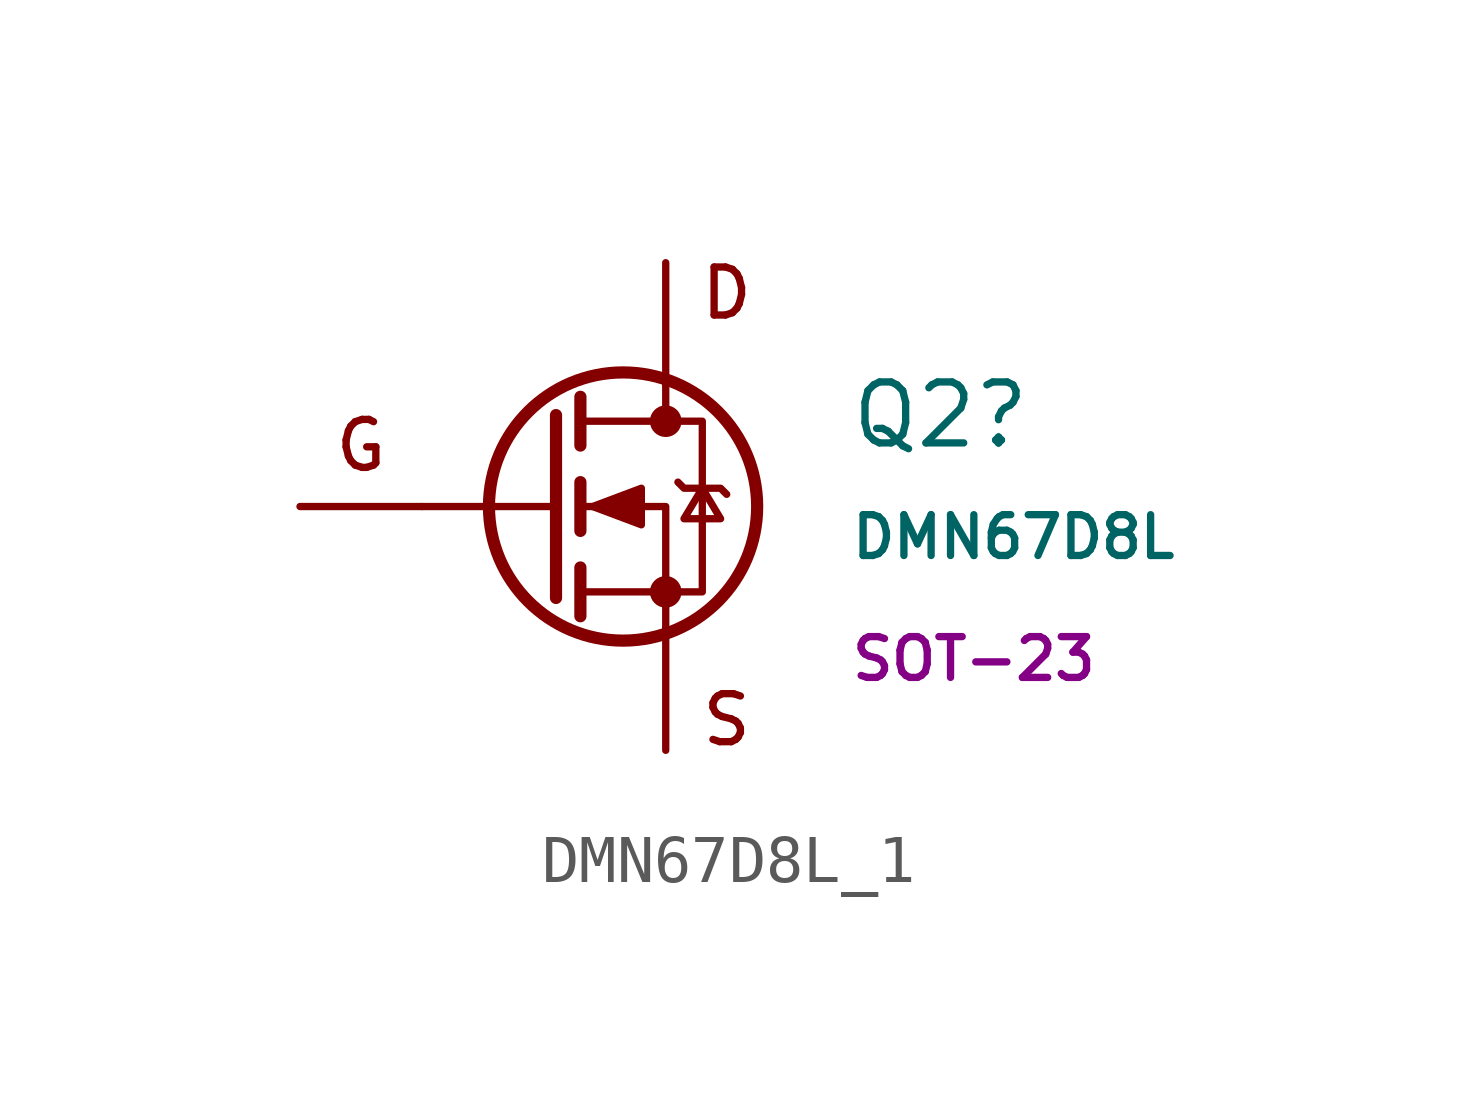
<source format=kicad_sym>
(kicad_symbol_lib
  (version 20211014)
  (generator kicad_symbol_editor)
  (symbol "DMN67D8L_1"
    (pin_numbers hide)
    (pin_names hide)
    (property "Reference" "Q2"
      (at 6.35 1.905 0)
      (effects (font (size 1.27 1.27)) (justify left)))
    (property "Value" "DMN67D8L"
      (at 6.35 -0.635 0)
      (effects (font (size 0.85 0.85)) (justify left)))
    (property "Package" "SOT-23"
      (at 6.35 -3.175 0)
      (effects (font (size 0.85 0.85)) (justify left)))
    (symbol "DMN67D8L_1_0_0"
      (text "D" (at 3.81 4.445 0) (effects (font (size 1 1))))
      (text "G" (at -3.81 1.27 0) (effects (font (size 1 1))))
      (text "S" (at 3.81 -4.445 0) (effects (font (size 1 1)))))
    (symbol "DMN67D8L_1_0_1"
      (polyline (pts (xy 0.254 0) (xy -2.54 0)) (stroke (width 0) (type default) (color 0 0 0 0)) (fill (type none)))
      (polyline (pts (xy 0.254 1.905) (xy 0.254 -1.905)) (stroke (width 0.254) (type default) (color 0 0 0 0)) (fill (type none)))
      (polyline (pts (xy 0.762 -1.27) (xy 0.762 -2.286)) (stroke (width 0.254) (type default) (color 0 0 0 0)) (fill (type none)))
      (polyline (pts (xy 0.762 0.508) (xy 0.762 -0.508)) (stroke (width 0.254) (type default) (color 0 0 0 0)) (fill (type none)))
      (polyline (pts (xy 0.762 2.286) (xy 0.762 1.27)) (stroke (width 0.254) (type default) (color 0 0 0 0)) (fill (type none)))
      (polyline (pts (xy 2.54 2.54) (xy 2.54 1.778)) (stroke (width 0) (type default) (color 0 0 0 0)) (fill (type none)))
      (polyline (pts (xy 2.54 -2.54) (xy 2.54 0) (xy 0.762 0)) (stroke (width 0) (type default) (color 0 0 0 0)) (fill (type none)))
      (polyline (pts (xy 0.762 -1.778) (xy 3.302 -1.778) (xy 3.302 1.778) (xy 0.762 1.778)) (stroke (width 0) (type default) (color 0 0 0 0)) (fill (type none)))
      (polyline (pts (xy 1.016 0) (xy 2.032 0.381) (xy 2.032 -0.381) (xy 1.016 0)) (stroke (width 0) (type default) (color 0 0 0 0)) (fill (type outline)))
      (polyline (pts (xy 2.794 0.508) (xy 2.921 0.381) (xy 3.683 0.381) (xy 3.81 0.254)) (stroke (width 0) (type default) (color 0 0 0 0)) (fill (type none)))
      (polyline (pts (xy 3.302 0.381) (xy 2.921 -0.254) (xy 3.683 -0.254) (xy 3.302 0.381)) (stroke (width 0) (type default) (color 0 0 0 0)) (fill (type none)))
      (circle (center 1.651 0) (radius 2.794) (stroke (width 0.254) (type default) (color 0 0 0 0)) (fill (type none)))
      (circle (center 2.54 -1.778) (radius 0.254) (stroke (width 0) (type default) (color 0 0 0 0)) (fill (type outline)))
      (circle (center 2.54 1.778) (radius 0.254) (stroke (width 0) (type default) (color 0 0 0 0)) (fill (type outline))))
    (symbol "DMN67D8L_1_1_1"
      (pin input line (at -5.08 0 0) (length 2.54) (name "G" (effects (font (size 1.27 1.27)))) (number "1" (effects (font (size 1.27 1.27)))))
      (pin passive line (at 2.54 -5.08 90) (length 2.54) (name "S" (effects (font (size 1.27 1.27)))) (number "2" (effects (font (size 1.27 1.27)))))
      (pin passive line (at 2.54 5.08 270) (length 2.54) (name "D" (effects (font (size 1.27 1.27)))) (number "3" (effects (font (size 1.27 1.27))))))))
</source>
